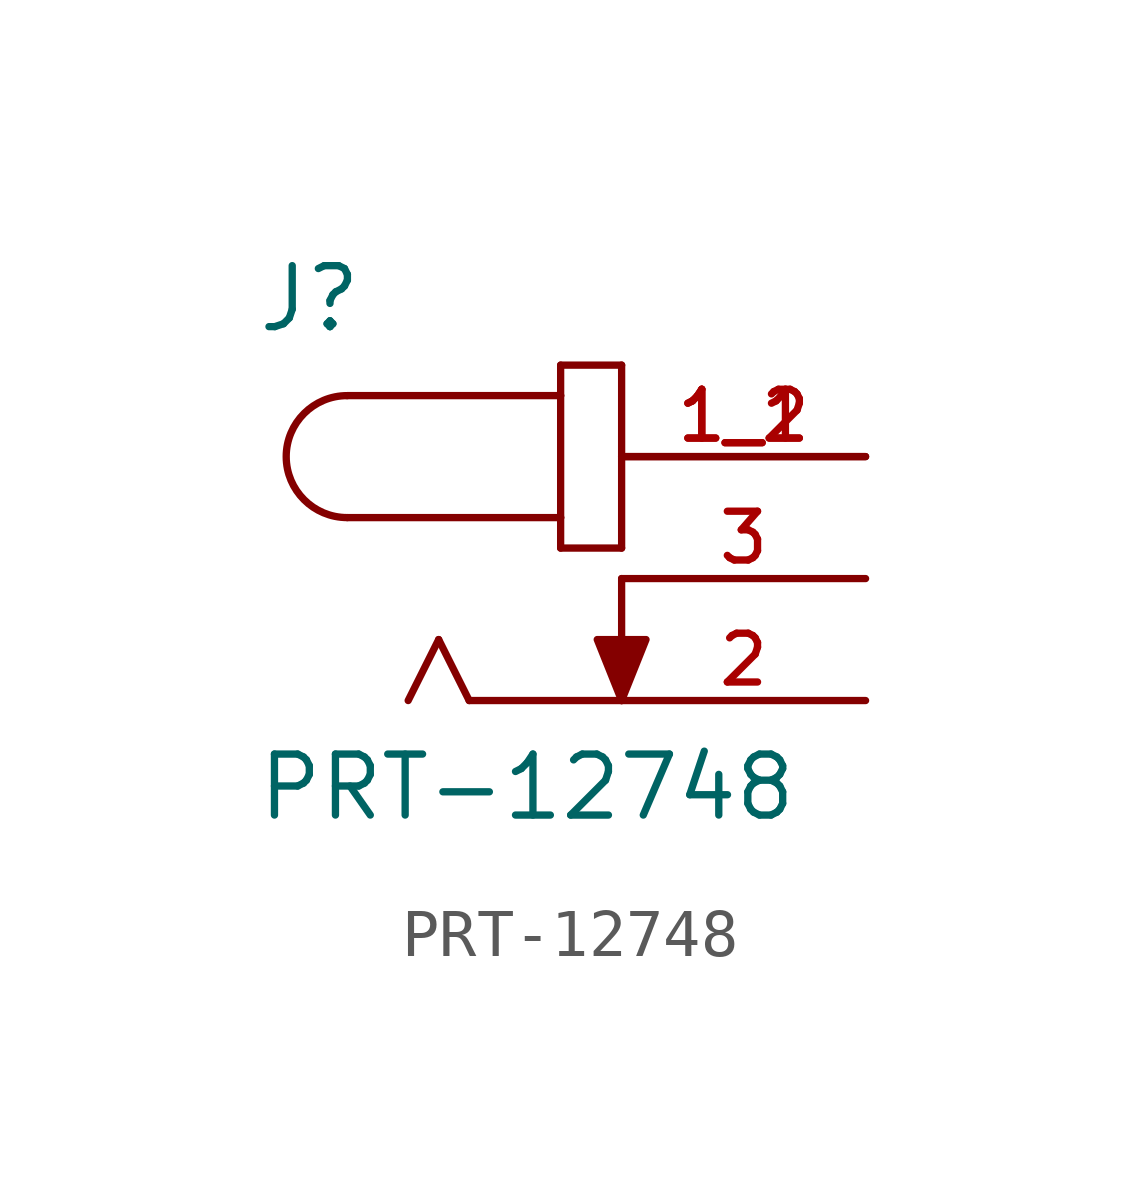
<source format=kicad_sym>
(kicad_symbol_lib
  (version 20211014)
  (generator kicad_symbol_editor)
  (symbol "PRT-12748"
    (pin_names
      (offset 1.016))
    (property "Reference" "J"
      (at -7.625 5.083 0)
      (effects (font (size 1.27 1.27)) (justify bottom left)))
    (property "Value" "PRT-12748"
      (at -7.632 -5.088 0)
      (effects (font (size 1.27 1.27)) (justify bottom left)))
    (symbol "PRT-12748_0_0"
      (arc (start -5.715 3.81) (mid -6.985 2.54) (end -5.715 1.27) (stroke (width 0.1524) (type default) (color 0 0 0 0)) (fill (type none)))
      (polyline (pts (xy -5.715 3.81) (xy -1.27 3.81)) (stroke (width 0.152)))
      (polyline (pts (xy -1.27 3.81) (xy -1.27 1.27)) (stroke (width 0.152)))
      (polyline (pts (xy -1.27 1.27) (xy -5.715 1.27)) (stroke (width 0.152)))
      (polyline (pts (xy -1.27 1.27) (xy -1.27 0.635)) (stroke (width 0.152)))
      (polyline (pts (xy -1.27 0.635) (xy 0.0 0.635)) (stroke (width 0.152)))
      (polyline (pts (xy 0.0 0.635) (xy 0.0 4.445)) (stroke (width 0.152)))
      (polyline (pts (xy 0.0 4.445) (xy -1.27 4.445)) (stroke (width 0.152)))
      (polyline (pts (xy -1.27 4.445) (xy -1.27 3.81)) (stroke (width 0.152)))
      (polyline (pts (xy 0.0 -2.54) (xy -3.175 -2.54)) (stroke (width 0.152)))
      (polyline (pts (xy -3.175 -2.54) (xy -3.81 -1.27)) (stroke (width 0.152)))
      (polyline (pts (xy -3.81 -1.27) (xy -4.445 -2.54)) (stroke (width 0.152)))
      (polyline (pts (xy 0.0 0.0) (xy 0.0 -2.54)) (stroke (width 0.152)))
      (polyline (pts (xy 0.0 -2.54) (xy -0.508 -1.27) (xy 0.508 -1.27) (xy 0.0 -2.54)) (stroke (width 0.152)) (fill (type outline)))
      (pin passive line (at 5.08 2.54 180.0) (length 5.08) (name "~" (effects (font (size 1.016 1.016)))) (number "1_1" (effects (font (size 1.016 1.016)))))
      (pin passive line (at 5.08 2.54 180.0) (length 5.08) (name "~" (effects (font (size 1.016 1.016)))) (number "1_2" (effects (font (size 1.016 1.016)))))
      (pin passive line (at 5.08 0.0 180.0) (length 5.08) (name "~" (effects (font (size 1.016 1.016)))) (number "3" (effects (font (size 1.016 1.016)))))
      (pin passive line (at 5.08 -2.54 180.0) (length 5.08) (name "~" (effects (font (size 1.016 1.016)))) (number "2" (effects (font (size 1.016 1.016))))))))
</source>
